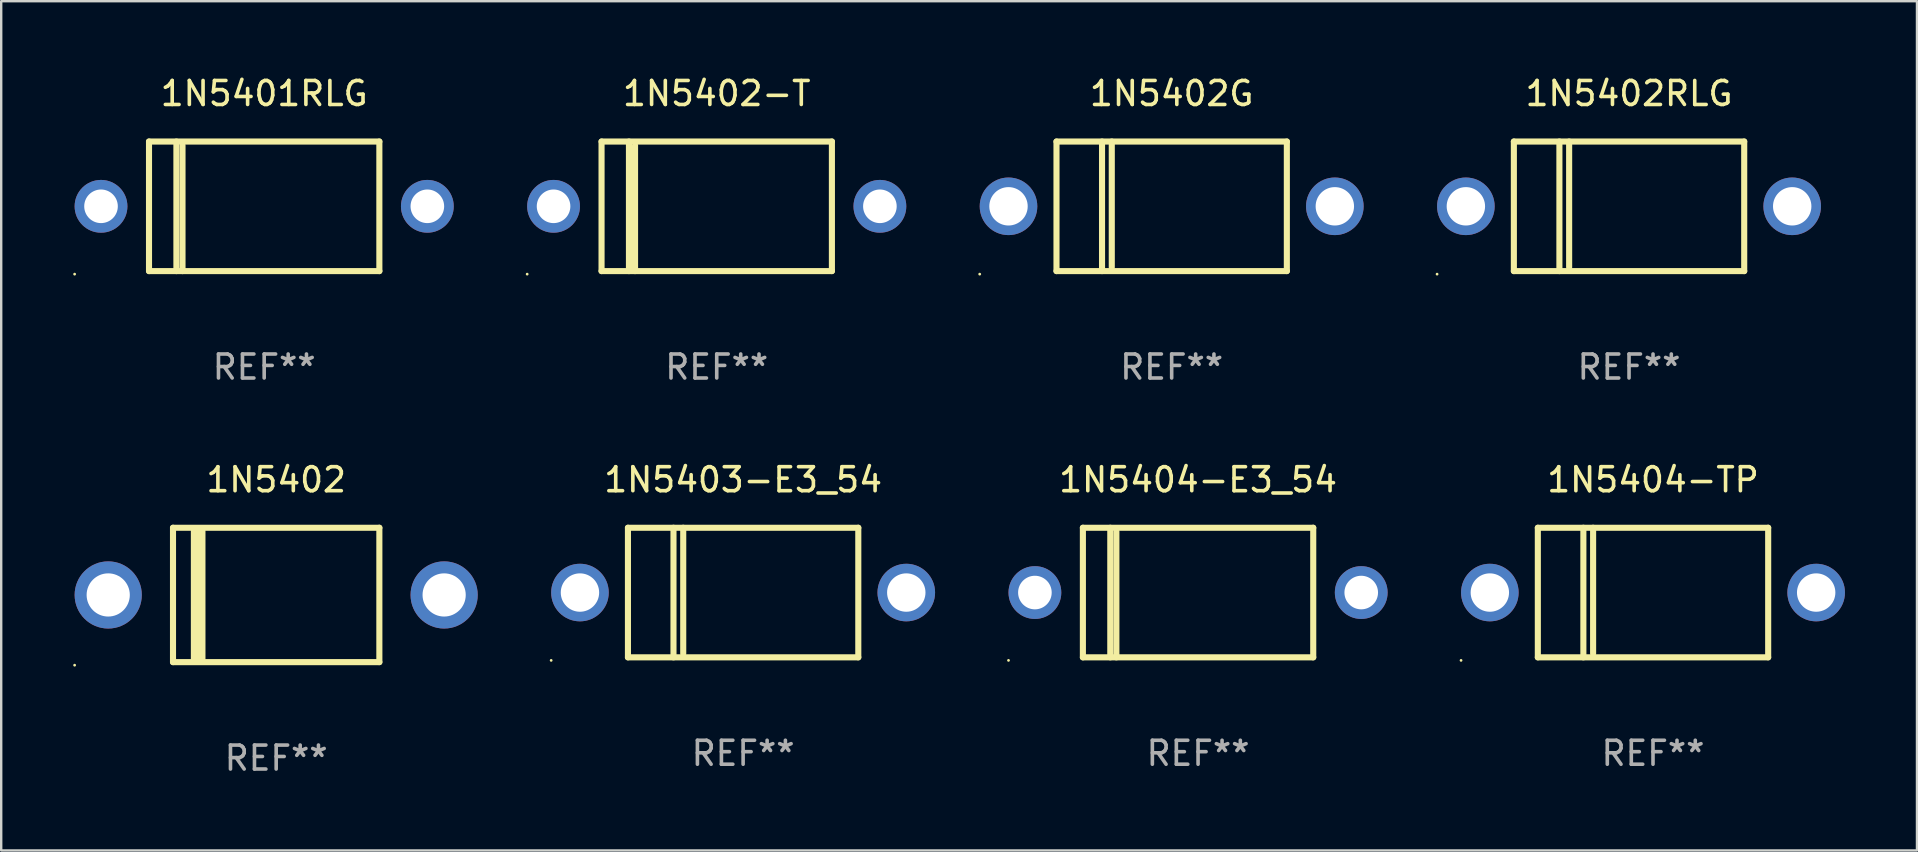
<source format=kicad_pcb>
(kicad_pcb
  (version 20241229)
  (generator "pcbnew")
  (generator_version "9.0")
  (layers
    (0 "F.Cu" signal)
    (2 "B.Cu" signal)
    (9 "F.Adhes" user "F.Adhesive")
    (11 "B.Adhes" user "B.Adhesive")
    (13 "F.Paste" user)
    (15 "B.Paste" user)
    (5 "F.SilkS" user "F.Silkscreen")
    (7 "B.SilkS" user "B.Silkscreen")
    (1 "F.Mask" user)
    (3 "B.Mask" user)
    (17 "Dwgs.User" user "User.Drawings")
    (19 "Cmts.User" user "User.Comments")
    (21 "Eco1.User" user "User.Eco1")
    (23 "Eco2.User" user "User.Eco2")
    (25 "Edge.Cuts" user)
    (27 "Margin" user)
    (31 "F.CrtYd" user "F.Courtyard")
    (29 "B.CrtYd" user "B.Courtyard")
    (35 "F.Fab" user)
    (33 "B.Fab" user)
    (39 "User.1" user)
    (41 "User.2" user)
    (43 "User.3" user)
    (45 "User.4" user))
  (footprint "1N5402-T"
    (layer "F.Cu")
    (at 26.82 5.548)
    (property "Reference" "1N5402-T" (at 0 -4.7 0) (layer "F.SilkS") (effects (font (size 1 1) (thickness 0.15))))
    (attr through_hole)
    (fp_line (start -4.8 -2.7) (end 4.8 -2.7) (stroke (width 0.254) (type solid)) (layer "F.SilkS"))
    (fp_line (start -4.8 2.7) (end -4.8 -2.7) (stroke (width 0.254) (type solid)) (layer "F.SilkS"))
    (fp_line (start -3.658 2.7) (end -3.658 -2.7) (stroke (width 0.254) (type solid)) (layer "F.SilkS"))
    (fp_line (start -3.404 2.7) (end -3.404 -2.54) (stroke (width 0.254) (type solid)) (layer "F.SilkS"))
    (fp_line (start 4.8 2.7) (end -4.8 2.7) (stroke (width 0.254) (type solid)) (layer "F.SilkS"))
    (fp_line (start 4.8 2.7) (end 4.8 -2.7) (stroke (width 0.254) (type solid)) (layer "F.SilkS"))
    (fp_circle (center -7.9 2.827) (end -7.87 2.827) (stroke (width 0.06) (type solid)) (fill no) (layer "F.SilkS"))
    (fp_text user "REF**" (at 0 6.7 0) (layer "F.Fab") (effects (font (size 1 1) (thickness 0.15))))
    (pad "1" thru_hole circle (at -6.8 0) (size 2.2 2.2) (drill 1.4) (layers "*.Cu" "*.Mask"))
    (pad "2" thru_hole circle (at 6.8 0) (size 2.2 2.2) (drill 1.4) (layers "*.Cu" "*.Mask")))
  (footprint "1N5402G"
    (layer "F.Cu")
    (at 45.78 5.548)
    (property "Reference" "1N5402G" (at 0 -4.7 0) (layer "F.SilkS") (effects (font (size 1 1) (thickness 0.15))))
    (attr through_hole)
    (fp_line (start -4.8 -2.7) (end -4.8 2.7) (stroke (width 0.254) (type solid)) (layer "F.SilkS"))
    (fp_line (start -4.8 -2.7) (end 4.8 -2.7) (stroke (width 0.254) (type solid)) (layer "F.SilkS"))
    (fp_line (start -2.902 -2.7) (end -2.902 2.7) (stroke (width 0.254) (type solid)) (layer "F.SilkS"))
    (fp_line (start -2.496 -2.7) (end -2.496 2.54) (stroke (width 0.254) (type solid)) (layer "F.SilkS"))
    (fp_line (start 4.8 -2.7) (end 4.8 2.7) (stroke (width 0.254) (type solid)) (layer "F.SilkS"))
    (fp_line (start 4.8 2.7) (end -4.8 2.7) (stroke (width 0.254) (type solid)) (layer "F.SilkS"))
    (fp_circle (center -8 2.827) (end -7.97 2.827) (stroke (width 0.06) (type solid)) (fill no) (layer "F.SilkS"))
    (fp_text user "REF**" (at 0 6.7 0) (layer "F.Fab") (effects (font (size 1 1) (thickness 0.15))))
    (pad "1" thru_hole circle (at -6.8 0) (size 2.4 2.4) (drill 1.6) (layers "*.Cu" "*.Mask"))
    (pad "2" thru_hole circle (at 6.8 0) (size 2.4 2.4) (drill 1.6) (layers "*.Cu" "*.Mask")))
  (footprint "1N5402"
    (layer "F.Cu")
    (at 8.46 21.745)
    (property "Reference" "1N5402" (at 0 -4.8 0) (layer "F.SilkS") (effects (font (size 1 1) (thickness 0.15))))
    (attr through_hole)
    (fp_line (start -4.3 -2.8) (end -4.3 2.8) (stroke (width 0.254) (type solid)) (layer "F.SilkS"))
    (fp_line (start -4.3 -2.8) (end 4.3 -2.8) (stroke (width 0.254) (type solid)) (layer "F.SilkS"))
    (fp_line (start -4.3 2.8) (end 4.3 2.8) (stroke (width 0.254) (type solid)) (layer "F.SilkS"))
    (fp_line (start -3.442 2.667) (end -3.442 -2.667) (stroke (width 0.229) (type solid)) (layer "F.SilkS"))
    (fp_line (start -3.315 2.667) (end -3.315 -2.667) (stroke (width 0.229) (type solid)) (layer "F.SilkS"))
    (fp_line (start -3.188 2.667) (end -3.188 -2.667) (stroke (width 0.229) (type solid)) (layer "F.SilkS"))
    (fp_line (start -3.061 2.667) (end -3.061 -2.667) (stroke (width 0.229) (type solid)) (layer "F.SilkS"))
    (fp_line (start 4.3 -2.8) (end 4.3 2.8) (stroke (width 0.254) (type solid)) (layer "F.SilkS"))
    (fp_circle (center -8.4 2.927) (end -8.37 2.927) (stroke (width 0.06) (type solid)) (fill no) (layer "F.SilkS"))
    (fp_text user "REF**" (at 0 6.8 0) (layer "F.Fab") (effects (font (size 1 1) (thickness 0.15))))
    (pad "1" thru_hole circle (at -7 0) (size 2.8 2.8) (drill 1.8) (layers "*.Cu" "*.Mask"))
    (pad "2" thru_hole circle (at 7 0) (size 2.8 2.8) (drill 1.8) (layers "*.Cu" "*.Mask")))
  (footprint "1N5404-E3_54"
    (layer "F.Cu")
    (at 46.88 21.645)
    (property "Reference" "1N5404-E3_54" (at 0 -4.7 0) (layer "F.SilkS") (effects (font (size 1 1) (thickness 0.15))))
    (attr through_hole)
    (fp_line (start -4.8 -2.7) (end 4.8 -2.7) (stroke (width 0.254) (type solid)) (layer "F.SilkS"))
    (fp_line (start -4.8 2.7) (end -4.8 -2.7) (stroke (width 0.254) (type solid)) (layer "F.SilkS"))
    (fp_line (start -3.658 2.7) (end -3.658 -2.7) (stroke (width 0.254) (type solid)) (layer "F.SilkS"))
    (fp_line (start -3.404 2.7) (end -3.404 -2.54) (stroke (width 0.254) (type solid)) (layer "F.SilkS"))
    (fp_line (start 4.8 2.7) (end -4.8 2.7) (stroke (width 0.254) (type solid)) (layer "F.SilkS"))
    (fp_line (start 4.8 2.7) (end 4.8 -2.7) (stroke (width 0.254) (type solid)) (layer "F.SilkS"))
    (fp_circle (center -7.9 2.827) (end -7.87 2.827) (stroke (width 0.06) (type solid)) (fill no) (layer "F.SilkS"))
    (fp_text user "REF**" (at 0 6.7 0) (layer "F.Fab") (effects (font (size 1 1) (thickness 0.15))))
    (pad "1" thru_hole circle (at -6.8 0) (size 2.2 2.2) (drill 1.4) (layers "*.Cu" "*.Mask"))
    (pad "2" thru_hole circle (at 6.8 0) (size 2.2 2.2) (drill 1.4) (layers "*.Cu" "*.Mask")))
  (footprint "1N5404-TP"
    (layer "F.Cu")
    (at 65.84 21.645)
    (property "Reference" "1N5404-TP" (at 0 -4.7 0) (layer "F.SilkS") (effects (font (size 1 1) (thickness 0.15))))
    (attr through_hole)
    (fp_line (start -4.8 -2.7) (end -4.8 2.7) (stroke (width 0.254) (type solid)) (layer "F.SilkS"))
    (fp_line (start -4.8 -2.7) (end 4.8 -2.7) (stroke (width 0.254) (type solid)) (layer "F.SilkS"))
    (fp_line (start -2.902 -2.7) (end -2.902 2.7) (stroke (width 0.254) (type solid)) (layer "F.SilkS"))
    (fp_line (start -2.496 -2.7) (end -2.496 2.54) (stroke (width 0.254) (type solid)) (layer "F.SilkS"))
    (fp_line (start 4.8 -2.7) (end 4.8 2.7) (stroke (width 0.254) (type solid)) (layer "F.SilkS"))
    (fp_line (start 4.8 2.7) (end -4.8 2.7) (stroke (width 0.254) (type solid)) (layer "F.SilkS"))
    (fp_circle (center -8 2.827) (end -7.97 2.827) (stroke (width 0.06) (type solid)) (fill no) (layer "F.SilkS"))
    (fp_text user "REF**" (at 0 6.7 0) (layer "F.Fab") (effects (font (size 1 1) (thickness 0.15))))
    (pad "1" thru_hole circle (at -6.8 0) (size 2.4 2.4) (drill 1.6) (layers "*.Cu" "*.Mask"))
    (pad "2" thru_hole circle (at 6.8 0) (size 2.4 2.4) (drill 1.6) (layers "*.Cu" "*.Mask")))
  (footprint "1N5402RLG"
    (layer "F.Cu")
    (at 64.841 5.548)
    (property "Reference" "1N5402RLG" (at 0 -4.7 0) (layer "F.SilkS") (effects (font (size 1 1) (thickness 0.15))))
    (attr through_hole)
    (fp_line (start -4.8 -2.7) (end -4.8 2.7) (stroke (width 0.254) (type solid)) (layer "F.SilkS"))
    (fp_line (start -4.8 -2.7) (end 4.8 -2.7) (stroke (width 0.254) (type solid)) (layer "F.SilkS"))
    (fp_line (start -2.902 -2.7) (end -2.902 2.7) (stroke (width 0.254) (type solid)) (layer "F.SilkS"))
    (fp_line (start -2.496 -2.7) (end -2.496 2.54) (stroke (width 0.254) (type solid)) (layer "F.SilkS"))
    (fp_line (start 4.8 -2.7) (end 4.8 2.7) (stroke (width 0.254) (type solid)) (layer "F.SilkS"))
    (fp_line (start 4.8 2.7) (end -4.8 2.7) (stroke (width 0.254) (type solid)) (layer "F.SilkS"))
    (fp_circle (center -8 2.827) (end -7.97 2.827) (stroke (width 0.06) (type solid)) (fill no) (layer "F.SilkS"))
    (fp_text user "REF**" (at 0 6.7 0) (layer "F.Fab") (effects (font (size 1 1) (thickness 0.15))))
    (pad "1" thru_hole circle (at -6.8 0) (size 2.4 2.4) (drill 1.6) (layers "*.Cu" "*.Mask"))
    (pad "2" thru_hole circle (at 6.8 0) (size 2.4 2.4) (drill 1.6) (layers "*.Cu" "*.Mask")))
  (footprint "1N5401RLG"
    (layer "F.Cu")
    (at 7.96 5.548)
    (property "Reference" "1N5401RLG" (at 0 -4.7 0) (layer "F.SilkS") (effects (font (size 1 1) (thickness 0.15))))
    (attr through_hole)
    (fp_line (start -4.8 -2.7) (end 4.8 -2.7) (stroke (width 0.254) (type solid)) (layer "F.SilkS"))
    (fp_line (start -4.8 2.7) (end -4.8 -2.7) (stroke (width 0.254) (type solid)) (layer "F.SilkS"))
    (fp_line (start -3.658 2.7) (end -3.658 -2.7) (stroke (width 0.254) (type solid)) (layer "F.SilkS"))
    (fp_line (start -3.404 2.7) (end -3.404 -2.54) (stroke (width 0.254) (type solid)) (layer "F.SilkS"))
    (fp_line (start 4.8 2.7) (end -4.8 2.7) (stroke (width 0.254) (type solid)) (layer "F.SilkS"))
    (fp_line (start 4.8 2.7) (end 4.8 -2.7) (stroke (width 0.254) (type solid)) (layer "F.SilkS"))
    (fp_circle (center -7.9 2.827) (end -7.87 2.827) (stroke (width 0.06) (type solid)) (fill no) (layer "F.SilkS"))
    (fp_text user "REF**" (at 0 6.7 0) (layer "F.Fab") (effects (font (size 1 1) (thickness 0.15))))
    (pad "1" thru_hole circle (at -6.8 0) (size 2.2 2.2) (drill 1.4) (layers "*.Cu" "*.Mask"))
    (pad "2" thru_hole circle (at 6.8 0) (size 2.2 2.2) (drill 1.4) (layers "*.Cu" "*.Mask")))
  (footprint "1N5403-E3_54"
    (layer "F.Cu")
    (at 27.92 21.645)
    (property "Reference" "1N5403-E3_54" (at 0 -4.7 0) (layer "F.SilkS") (effects (font (size 1 1) (thickness 0.15))))
    (attr through_hole)
    (fp_line (start -4.8 -2.7) (end -4.8 2.7) (stroke (width 0.254) (type solid)) (layer "F.SilkS"))
    (fp_line (start -4.8 -2.7) (end 4.8 -2.7) (stroke (width 0.254) (type solid)) (layer "F.SilkS"))
    (fp_line (start -2.902 -2.7) (end -2.902 2.7) (stroke (width 0.254) (type solid)) (layer "F.SilkS"))
    (fp_line (start -2.496 -2.7) (end -2.496 2.54) (stroke (width 0.254) (type solid)) (layer "F.SilkS"))
    (fp_line (start 4.8 -2.7) (end 4.8 2.7) (stroke (width 0.254) (type solid)) (layer "F.SilkS"))
    (fp_line (start 4.8 2.7) (end -4.8 2.7) (stroke (width 0.254) (type solid)) (layer "F.SilkS"))
    (fp_circle (center -8 2.827) (end -7.97 2.827) (stroke (width 0.06) (type solid)) (fill no) (layer "F.SilkS"))
    (fp_text user "REF**" (at 0 6.7 0) (layer "F.Fab") (effects (font (size 1 1) (thickness 0.15))))
    (pad "1" thru_hole circle (at -6.8 0) (size 2.4 2.4) (drill 1.6) (layers "*.Cu" "*.Mask"))
    (pad "2" thru_hole circle (at 6.8 0) (size 2.4 2.4) (drill 1.6) (layers "*.Cu" "*.Mask")))
  (gr_rect
    (start -3 -3)
    (end 76.841 32.393)
    (stroke (width 0.1) (type default))
    (fill no)
    (layer "Edge.Cuts")))
</source>
